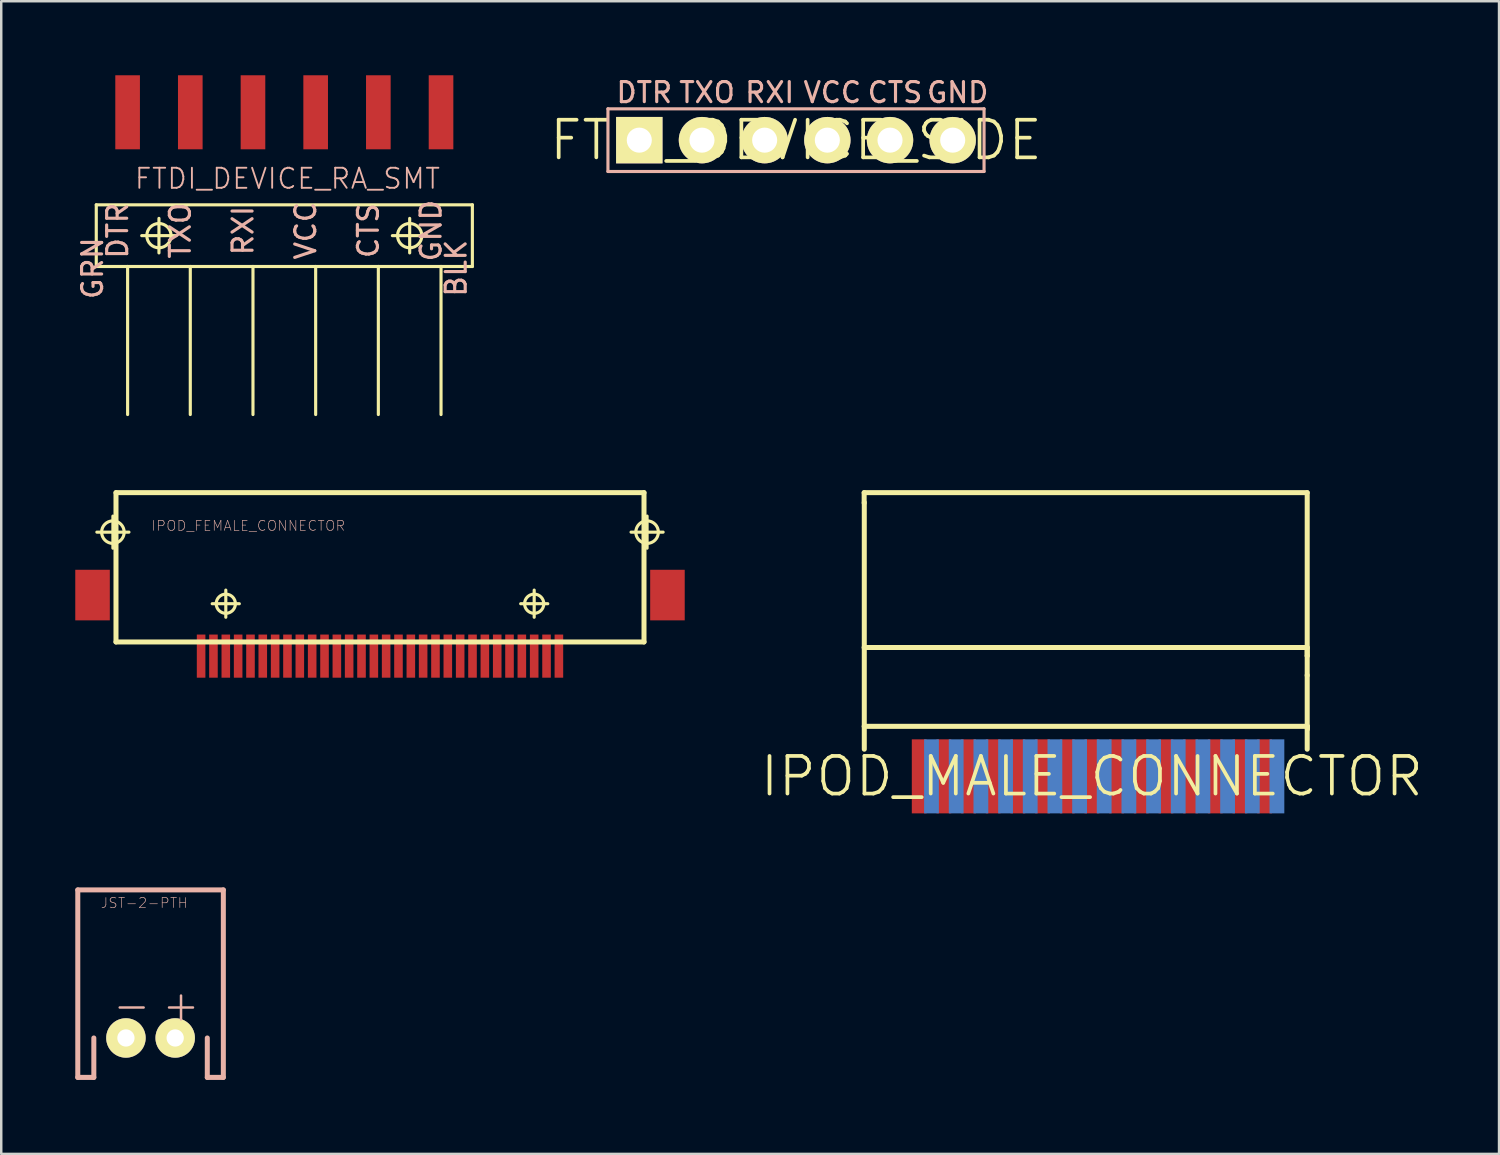
<source format=kicad_pcb>
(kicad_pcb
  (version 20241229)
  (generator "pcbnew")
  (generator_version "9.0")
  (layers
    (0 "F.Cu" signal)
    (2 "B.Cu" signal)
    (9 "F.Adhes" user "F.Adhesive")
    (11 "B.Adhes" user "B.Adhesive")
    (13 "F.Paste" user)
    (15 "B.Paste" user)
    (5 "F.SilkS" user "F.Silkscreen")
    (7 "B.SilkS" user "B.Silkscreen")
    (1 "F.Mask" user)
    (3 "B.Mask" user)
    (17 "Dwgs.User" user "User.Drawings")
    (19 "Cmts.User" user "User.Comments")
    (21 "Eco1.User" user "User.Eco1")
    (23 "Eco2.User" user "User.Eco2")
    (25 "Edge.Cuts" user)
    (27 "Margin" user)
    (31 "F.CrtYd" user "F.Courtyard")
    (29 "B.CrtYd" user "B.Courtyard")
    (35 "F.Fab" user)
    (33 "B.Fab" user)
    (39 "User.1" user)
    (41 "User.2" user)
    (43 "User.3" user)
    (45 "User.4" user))
  (footprint "IPOD_FEMALE_CONNECTOR"
    (layer "F.Cu")
    (at 12.348 23.537)
    (property "Reference" "IPOD_FEMALE_CONNECTOR" (at -5.334 -5.283 0) (layer "B.SilkS") (effects (font (size 0.406 0.406) (thickness 0.025))))
    (attr smd)
    (fp_line (start -11.473 -5.024) (end -10.173 -5.024) (stroke (width 0.127) (type solid)) (layer "F.SilkS"))
    (fp_line (start -10.823 -4.374) (end -10.823 -5.674) (stroke (width 0.127) (type solid)) (layer "F.SilkS"))
    (fp_line (start -10.698 -6.624) (end 10.698 -6.624) (stroke (width 0.203) (type solid)) (layer "F.SilkS"))
    (fp_line (start -10.698 -0.574) (end -10.698 -6.624) (stroke (width 0.203) (type solid)) (layer "F.SilkS"))
    (fp_line (start -6.8 -2.123) (end -5.7 -2.123) (stroke (width 0.127) (type solid)) (layer "F.SilkS"))
    (fp_line (start -6.248 -1.575) (end -6.248 -2.675) (stroke (width 0.127) (type solid)) (layer "F.SilkS"))
    (fp_line (start 5.7 -2.123) (end 6.8 -2.123) (stroke (width 0.127) (type solid)) (layer "F.SilkS"))
    (fp_line (start 6.248 -1.575) (end 6.248 -2.675) (stroke (width 0.127) (type solid)) (layer "F.SilkS"))
    (fp_line (start 10.173 -5.024) (end 11.473 -5.024) (stroke (width 0.127) (type solid)) (layer "F.SilkS"))
    (fp_line (start 10.698 -6.624) (end 10.698 -0.574) (stroke (width 0.203) (type solid)) (layer "F.SilkS"))
    (fp_line (start 10.698 -0.574) (end -10.698 -0.574) (stroke (width 0.203) (type solid)) (layer "F.SilkS"))
    (fp_line (start 10.823 -4.374) (end 10.823 -5.674) (stroke (width 0.127) (type solid)) (layer "F.SilkS"))
    (fp_circle (center -10.823 -5.024) (end -11.146 -5.347) (stroke (width 0.127) (type solid)) (fill no) (layer "F.SilkS"))
    (fp_circle (center -6.248 -2.123) (end -6.523 -2.398) (stroke (width 0.127) (type solid)) (fill no) (layer "F.SilkS"))
    (fp_circle (center 6.248 -2.123) (end 6.523 -2.398) (stroke (width 0.127) (type solid)) (fill no) (layer "F.SilkS"))
    (fp_circle (center 10.823 -5.024) (end 11.146 -5.347) (stroke (width 0.127) (type solid)) (fill no) (layer "F.SilkS"))
    (pad "1" smd rect (at -7.249 0 180) (size 0.348 1.748) (layers "F.Cu" "F.Mask" "F.Paste"))
    (pad "2" smd rect (at -6.749 0 180) (size 0.348 1.748) (layers "F.Cu" "F.Mask" "F.Paste"))
    (pad "3" smd rect (at -6.248 0 180) (size 0.348 1.748) (layers "F.Cu" "F.Mask" "F.Paste"))
    (pad "4" smd rect (at -5.748 0 180) (size 0.348 1.748) (layers "F.Cu" "F.Mask" "F.Paste"))
    (pad "5" smd rect (at -5.248 0 180) (size 0.348 1.748) (layers "F.Cu" "F.Mask" "F.Paste"))
    (pad "6" smd rect (at -4.75 0 180) (size 0.348 1.748) (layers "F.Cu" "F.Mask" "F.Paste"))
    (pad "7" smd rect (at -4.249 0 180) (size 0.348 1.748) (layers "F.Cu" "F.Mask" "F.Paste"))
    (pad "8" smd rect (at -3.749 0 180) (size 0.348 1.748) (layers "F.Cu" "F.Mask" "F.Paste"))
    (pad "9" smd rect (at -3.249 0 180) (size 0.348 1.748) (layers "F.Cu" "F.Mask" "F.Paste"))
    (pad "10" smd rect (at -2.748 0 180) (size 0.348 1.748) (layers "F.Cu" "F.Mask" "F.Paste"))
    (pad "11" smd rect (at -2.248 0 180) (size 0.348 1.748) (layers "F.Cu" "F.Mask" "F.Paste"))
    (pad "12" smd rect (at -1.748 0 180) (size 0.348 1.748) (layers "F.Cu" "F.Mask" "F.Paste"))
    (pad "13" smd rect (at -1.25 0 180) (size 0.348 1.748) (layers "F.Cu" "F.Mask" "F.Paste"))
    (pad "14" smd rect (at -0.749 0 180) (size 0.348 1.748) (layers "F.Cu" "F.Mask" "F.Paste"))
    (pad "15" smd rect (at -0.249 0 180) (size 0.348 1.748) (layers "F.Cu" "F.Mask" "F.Paste"))
    (pad "16" smd rect (at 0.249 0 180) (size 0.348 1.748) (layers "F.Cu" "F.Mask" "F.Paste"))
    (pad "17" smd rect (at 0.749 0 180) (size 0.348 1.748) (layers "F.Cu" "F.Mask" "F.Paste"))
    (pad "18" smd rect (at 1.25 0 180) (size 0.348 1.748) (layers "F.Cu" "F.Mask" "F.Paste"))
    (pad "19" smd rect (at 1.748 0 180) (size 0.348 1.748) (layers "F.Cu" "F.Mask" "F.Paste"))
    (pad "20" smd rect (at 2.248 0 180) (size 0.348 1.748) (layers "F.Cu" "F.Mask" "F.Paste"))
    (pad "21" smd rect (at 2.748 0 180) (size 0.348 1.748) (layers "F.Cu" "F.Mask" "F.Paste"))
    (pad "22" smd rect (at 3.249 0 180) (size 0.348 1.748) (layers "F.Cu" "F.Mask" "F.Paste"))
    (pad "23" smd rect (at 3.749 0 180) (size 0.348 1.748) (layers "F.Cu" "F.Mask" "F.Paste"))
    (pad "24" smd rect (at 4.249 0 180) (size 0.348 1.748) (layers "F.Cu" "F.Mask" "F.Paste"))
    (pad "25" smd rect (at 4.75 0 180) (size 0.348 1.748) (layers "F.Cu" "F.Mask" "F.Paste"))
    (pad "26" smd rect (at 5.248 0 180) (size 0.348 1.748) (layers "F.Cu" "F.Mask" "F.Paste"))
    (pad "27" smd rect (at 5.748 0 180) (size 0.348 1.748) (layers "F.Cu" "F.Mask" "F.Paste"))
    (pad "28" smd rect (at 6.248 0 180) (size 0.348 1.748) (layers "F.Cu" "F.Mask" "F.Paste"))
    (pad "29" smd rect (at 6.749 0 180) (size 0.348 1.748) (layers "F.Cu" "F.Mask" "F.Paste"))
    (pad "30" smd rect (at 7.249 0 180) (size 0.348 1.748) (layers "F.Cu" "F.Mask" "F.Paste"))
    (pad "31" smd rect (at -11.648 -2.474) (size 1.4 2.05) (layers "F.Cu" "F.Mask" "F.Paste"))
    (pad "32" smd rect (at 11.648 -2.474) (size 1.4 2.05) (layers "F.Cu" "F.Mask" "F.Paste")))
  (footprint "IPOD_MALE_CONNECTOR"
    (layer "F.Cu")
    (at 41.195 28.409)
    (property "Reference" "IPOD_MALE_CONNECTOR" (at 0 0 0) (layer "F.SilkS") (effects (font (size 1.524 1.524) (thickness 0.15))))
    (attr smd)
    (fp_line (start -9.23 -5.222) (end 8.725 -5.222) (stroke (width 0.203) (type solid)) (layer "F.SilkS"))
    (fp_line (start -9.228 -11.496) (end 8.725 -11.496) (stroke (width 0.203) (type solid)) (layer "F.SilkS"))
    (fp_line (start -9.228 -11.077) (end -9.228 -11.496) (stroke (width 0.203) (type solid)) (layer "F.SilkS"))
    (fp_line (start -9.228 -2.027) (end 8.733 -2.027) (stroke (width 0.203) (type solid)) (layer "F.SilkS"))
    (fp_line (start -9.223 -1.1) (end -9.223 -11.1) (stroke (width 0.203) (type solid)) (layer "F.SilkS"))
    (fp_line (start 8.725 -11.496) (end 8.725 -4.882) (stroke (width 0.203) (type solid)) (layer "F.SilkS"))
    (fp_line (start 8.725 -5.222) (end 8.725 -4.882) (stroke (width 0.203) (type solid)) (layer "F.SilkS"))
    (fp_line (start 8.725 -4.882) (end 8.725 -4.087) (stroke (width 0.203) (type solid)) (layer "F.SilkS"))
    (fp_line (start 8.725 -1.1) (end 8.725 -4.1) (stroke (width 0.203) (type solid)) (layer "F.SilkS"))
    (fp_line (start 8.733 -2.027) (end 8.733 -1.913) (stroke (width 0.203) (type solid)) (layer "F.SilkS"))
    (pad "1" smd rect (at 7.498 0) (size 0.599 3) (layers "B.Cu" "B.Mask"))
    (pad "2" smd rect (at 6.998 0) (size 0.599 3) (layers "F.Cu" "F.Mask" "F.Paste"))
    (pad "3" smd rect (at 6.5 0) (size 0.599 3) (layers "B.Cu" "B.Mask"))
    (pad "4" smd rect (at 5.999 0) (size 0.599 3) (layers "F.Cu" "F.Mask" "F.Paste"))
    (pad "5" smd rect (at 5.499 0) (size 0.599 3) (layers "B.Cu" "B.Mask"))
    (pad "6" smd rect (at 4.999 0) (size 0.599 3) (layers "F.Cu" "F.Mask" "F.Paste"))
    (pad "7" smd rect (at 4.498 0) (size 0.599 3) (layers "B.Cu" "B.Mask"))
    (pad "8" smd rect (at 3.998 0) (size 0.599 3) (layers "F.Cu" "F.Mask" "F.Paste"))
    (pad "9" smd rect (at 3.498 0) (size 0.599 3) (layers "B.Cu" "B.Mask"))
    (pad "10" smd rect (at 3 0) (size 0.599 3) (layers "F.Cu" "F.Mask" "F.Paste"))
    (pad "11" smd rect (at 2.499 0) (size 0.599 3) (layers "B.Cu" "B.Mask"))
    (pad "12" smd rect (at 1.999 0) (size 0.599 3) (layers "F.Cu" "F.Mask" "F.Paste"))
    (pad "13" smd rect (at 1.499 0) (size 0.599 3) (layers "B.Cu" "B.Mask"))
    (pad "14" smd rect (at 0.998 0) (size 0.599 3) (layers "F.Cu" "F.Mask" "F.Paste"))
    (pad "15" smd rect (at 0.498 0) (size 0.599 3) (layers "B.Cu" "B.Mask"))
    (pad "16" smd rect (at 0 0) (size 0.599 3) (layers "F.Cu" "F.Mask" "F.Paste"))
    (pad "17" smd rect (at -0.498 0) (size 0.599 3) (layers "B.Cu" "B.Mask"))
    (pad "18" smd rect (at -0.998 0) (size 0.599 3) (layers "F.Cu" "F.Mask" "F.Paste"))
    (pad "19" smd rect (at -1.499 0) (size 0.599 3) (layers "B.Cu" "B.Mask"))
    (pad "20" smd rect (at -1.999 0) (size 0.599 3) (layers "F.Cu" "F.Mask" "F.Paste"))
    (pad "21" smd rect (at -2.499 0) (size 0.599 3) (layers "B.Cu" "B.Mask"))
    (pad "22" smd rect (at -3 0) (size 0.599 3) (layers "F.Cu" "F.Mask" "F.Paste"))
    (pad "23" smd rect (at -3.498 0) (size 0.599 3) (layers "B.Cu" "B.Mask"))
    (pad "24" smd rect (at -3.998 0) (size 0.599 3) (layers "F.Cu" "F.Mask" "F.Paste"))
    (pad "25" smd rect (at -4.498 0) (size 0.599 3) (layers "B.Cu" "B.Mask"))
    (pad "26" smd rect (at -4.999 0) (size 0.599 3) (layers "F.Cu" "F.Mask" "F.Paste"))
    (pad "27" smd rect (at -5.499 0) (size 0.599 3) (layers "B.Cu" "B.Mask"))
    (pad "28" smd rect (at -5.999 0) (size 0.599 3) (layers "F.Cu" "F.Mask" "F.Paste"))
    (pad "29" smd rect (at -6.5 0) (size 0.599 3) (layers "B.Cu" "B.Mask"))
    (pad "30" smd rect (at -6.998 0) (size 0.599 3) (layers "F.Cu" "F.Mask" "F.Paste")))
  (footprint "FTDI_DEVICE_RA_SMT"
    (layer "F.Cu")
    (at 8.471 6.499)
    (property "Reference" "FTDI_DEVICE_RA_SMT" (at 0.127 -2.311 0) (layer "B.SilkS") (effects (font (size 0.813 0.813) (thickness 0.076))))
    (attr smd)
    (fp_line (start -7.62 -1.25) (end -7.62 1.25) (stroke (width 0.127) (type solid)) (layer "F.SilkS"))
    (fp_line (start -7.62 1.25) (end -6.35 1.25) (stroke (width 0.127) (type solid)) (layer "F.SilkS"))
    (fp_line (start -6.35 1.25) (end -6.35 7.249) (stroke (width 0.127) (type solid)) (layer "F.SilkS"))
    (fp_line (start -6.35 1.25) (end -3.81 1.25) (stroke (width 0.127) (type solid)) (layer "F.SilkS"))
    (fp_line (start -5.779 0) (end -4.379 0) (stroke (width 0.127) (type solid)) (layer "F.SilkS"))
    (fp_line (start -5.08 0.699) (end -5.08 -0.699) (stroke (width 0.127) (type solid)) (layer "F.SilkS"))
    (fp_line (start -3.81 1.25) (end -3.81 7.249) (stroke (width 0.127) (type solid)) (layer "F.SilkS"))
    (fp_line (start -3.81 1.25) (end -1.27 1.25) (stroke (width 0.127) (type solid)) (layer "F.SilkS"))
    (fp_line (start -1.27 1.25) (end -1.27 7.249) (stroke (width 0.127) (type solid)) (layer "F.SilkS"))
    (fp_line (start -1.27 1.25) (end 1.27 1.25) (stroke (width 0.127) (type solid)) (layer "F.SilkS"))
    (fp_line (start 1.27 1.25) (end 1.27 7.249) (stroke (width 0.127) (type solid)) (layer "F.SilkS"))
    (fp_line (start 1.27 1.25) (end 3.81 1.25) (stroke (width 0.127) (type solid)) (layer "F.SilkS"))
    (fp_line (start 3.81 1.25) (end 3.81 7.249) (stroke (width 0.127) (type solid)) (layer "F.SilkS"))
    (fp_line (start 3.81 1.25) (end 6.35 1.25) (stroke (width 0.127) (type solid)) (layer "F.SilkS"))
    (fp_line (start 4.379 0) (end 5.779 0) (stroke (width 0.127) (type solid)) (layer "F.SilkS"))
    (fp_line (start 5.08 0.699) (end 5.08 -0.699) (stroke (width 0.127) (type solid)) (layer "F.SilkS"))
    (fp_line (start 6.35 1.25) (end 6.35 7.249) (stroke (width 0.127) (type solid)) (layer "F.SilkS"))
    (fp_line (start 6.35 1.25) (end 7.62 1.25) (stroke (width 0.127) (type solid)) (layer "F.SilkS"))
    (fp_line (start 7.62 -1.25) (end -7.62 -1.25) (stroke (width 0.127) (type solid)) (layer "F.SilkS"))
    (fp_line (start 7.62 1.25) (end 7.62 -1.25) (stroke (width 0.127) (type solid)) (layer "F.SilkS"))
    (fp_circle (center -5.08 0) (end -5.428 0.348) (stroke (width 0.127) (type solid)) (fill no) (layer "F.SilkS"))
    (fp_circle (center 5.08 0) (end 5.428 0.348) (stroke (width 0.127) (type solid)) (fill no) (layer "F.SilkS"))
    (fp_text user "BLK" (at 6.96 1.321 90) (layer "B.SilkS") (effects (font (size 0.813 0.813) (thickness 0.127))))
    (fp_text user "DTR" (at -6.756 -0.203 90) (layer "B.SilkS") (effects (font (size 0.813 0.813) (thickness 0.127))))
    (fp_text user "CTS" (at 3.404 -0.203 90) (layer "B.SilkS") (effects (font (size 0.813 0.813) (thickness 0.127))))
    (fp_text user "TXO" (at -4.216 -0.203 90) (layer "B.SilkS") (effects (font (size 0.813 0.813) (thickness 0.127))))
    (fp_text user "RXI" (at -1.676 -0.203 90) (layer "B.SilkS") (effects (font (size 0.813 0.813) (thickness 0.127))))
    (fp_text user "VCC" (at 0.864 -0.203 90) (layer "B.SilkS") (effects (font (size 0.813 0.813) (thickness 0.127))))
    (fp_text user "GRN" (at -7.772 1.321 90) (layer "B.SilkS") (effects (font (size 0.813 0.813) (thickness 0.127))))
    (fp_text user "GND" (at 5.944 -0.203 90) (layer "B.SilkS") (effects (font (size 0.813 0.813) (thickness 0.127))))
    (pad "1" smd rect (at -6.35 -4.999 90) (size 3 0.998) (layers "F.Cu" "F.Mask" "F.Paste"))
    (pad "2" smd rect (at -3.81 -4.999 90) (size 3 0.998) (layers "F.Cu" "F.Mask" "F.Paste"))
    (pad "3" smd rect (at -1.27 -4.999 90) (size 3 0.998) (layers "F.Cu" "F.Mask" "F.Paste"))
    (pad "4" smd rect (at 1.27 -4.999 90) (size 3 0.998) (layers "F.Cu" "F.Mask" "F.Paste"))
    (pad "5" smd rect (at 3.81 -4.999 90) (size 3 0.998) (layers "F.Cu" "F.Mask" "F.Paste"))
    (pad "6" smd rect (at 6.35 -4.999 90) (size 3 0.998) (layers "F.Cu" "F.Mask" "F.Paste")))
  (footprint "FTDI_DEVICE_SIDE"
    (layer "F.Cu")
    (at 29.205 2.629)
    (property "Reference" "FTDI_DEVICE_SIDE" (at 0 0 0) (layer "F.SilkS") (effects (font (size 1.524 1.524) (thickness 0.15))))
    (attr exclude_from_pos_files exclude_from_bom)
    (fp_line (start -7.62 -1.27) (end 7.62 -1.27) (stroke (width 0.127) (type solid)) (layer "B.SilkS"))
    (fp_line (start -7.62 1.27) (end -7.62 -1.27) (stroke (width 0.127) (type solid)) (layer "B.SilkS"))
    (fp_line (start 7.62 -1.27) (end 7.62 1.27) (stroke (width 0.127) (type solid)) (layer "B.SilkS"))
    (fp_line (start 7.62 1.27) (end -7.62 1.27) (stroke (width 0.127) (type solid)) (layer "B.SilkS"))
    (fp_text user "VCC" (at 1.473 -1.93 0) (layer "B.SilkS") (effects (font (size 0.813 0.813) (thickness 0.127))))
    (fp_text user "DTR" (at -6.147 -1.93 0) (layer "B.SilkS") (effects (font (size 0.813 0.813) (thickness 0.127))))
    (fp_text user "CTS" (at 4.013 -1.93 0) (layer "B.SilkS") (effects (font (size 0.813 0.813) (thickness 0.127))))
    (fp_text user "GND" (at 6.553 -1.93 0) (layer "B.SilkS") (effects (font (size 0.813 0.813) (thickness 0.127))))
    (fp_text user "RXI" (at -1.067 -1.93 0) (layer "B.SilkS") (effects (font (size 0.813 0.813) (thickness 0.127))))
    (fp_text user "TXO" (at -3.604 -1.93 0) (layer "B.SilkS") (effects (font (size 0.813 0.813) (thickness 0.127))))
    (pad "P$1" thru_hole rect (at -6.35 0) (size 1.88 1.88) (drill 1.016) (layers "*.Cu" "F.Mask" "F.SilkS" "F.Paste"))
    (pad "P$2" thru_hole circle (at -3.81 0) (size 1.88 1.88) (drill 1.016) (layers "*.Cu" "F.Mask" "F.SilkS" "F.Paste"))
    (pad "P$3" thru_hole circle (at -1.27 0) (size 1.88 1.88) (drill 1.016) (layers "*.Cu" "F.Mask" "F.SilkS" "F.Paste"))
    (pad "P$4" thru_hole circle (at 1.27 0) (size 1.88 1.88) (drill 1.016) (layers "*.Cu" "F.Mask" "F.SilkS" "F.Paste"))
    (pad "P$5" thru_hole circle (at 3.81 0) (size 1.88 1.88) (drill 1.016) (layers "*.Cu" "F.Mask" "F.SilkS" "F.Paste"))
    (pad "P$6" thru_hole circle (at 6.35 0) (size 1.88 1.88) (drill 1.016) (layers "*.Cu" "F.Mask" "F.SilkS" "F.Paste")))
  (footprint "JST-2-PTH"
    (layer "F.Cu")
    (at 3.051 39.01)
    (property "Reference" "JST-2-PTH" (at -0.254 -5.471 0) (layer "B.SilkS") (effects (font (size 0.406 0.406) (thickness 0.025))))
    (attr exclude_from_pos_files exclude_from_bom)
    (fp_line (start -2.949 -5.999) (end 2.949 -5.999) (stroke (width 0.203) (type solid)) (layer "B.SilkS"))
    (fp_line (start -2.949 1.598) (end -2.949 -5.999) (stroke (width 0.203) (type solid)) (layer "B.SilkS"))
    (fp_line (start -2.949 1.598) (end -2.299 1.598) (stroke (width 0.203) (type solid)) (layer "B.SilkS"))
    (fp_line (start -2.299 1.598) (end -2.299 0) (stroke (width 0.203) (type solid)) (layer "B.SilkS"))
    (fp_line (start 2.299 1.598) (end 2.299 0) (stroke (width 0.203) (type solid)) (layer "B.SilkS"))
    (fp_line (start 2.949 -5.999) (end 2.949 1.598) (stroke (width 0.203) (type solid)) (layer "B.SilkS"))
    (fp_line (start 2.949 1.598) (end 2.299 1.598) (stroke (width 0.203) (type solid)) (layer "B.SilkS"))
    (fp_text user "-" (at -0.765 -1.333 0) (layer "B.SilkS") (effects (font (size 1.27 1.27) (thickness 0.102))))
    (fp_text user "+" (at 1.234 -1.333 0) (layer "B.SilkS") (effects (font (size 1.27 1.27) (thickness 0.102))))
    (pad "1" thru_hole circle (at -0.998 0) (size 1.598 1.598) (drill 0.699) (layers "*.Cu" "F.Mask" "F.SilkS" "F.Paste"))
    (pad "2" thru_hole circle (at 0.998 0) (size 1.598 1.598) (drill 0.699) (layers "*.Cu" "F.Mask" "F.SilkS" "F.Paste")))
  (gr_rect
    (start -3 -3)
    (end 57.693 43.709)
    (stroke (width 0.1) (type default))
    (fill no)
    (layer "Edge.Cuts")))
</source>
